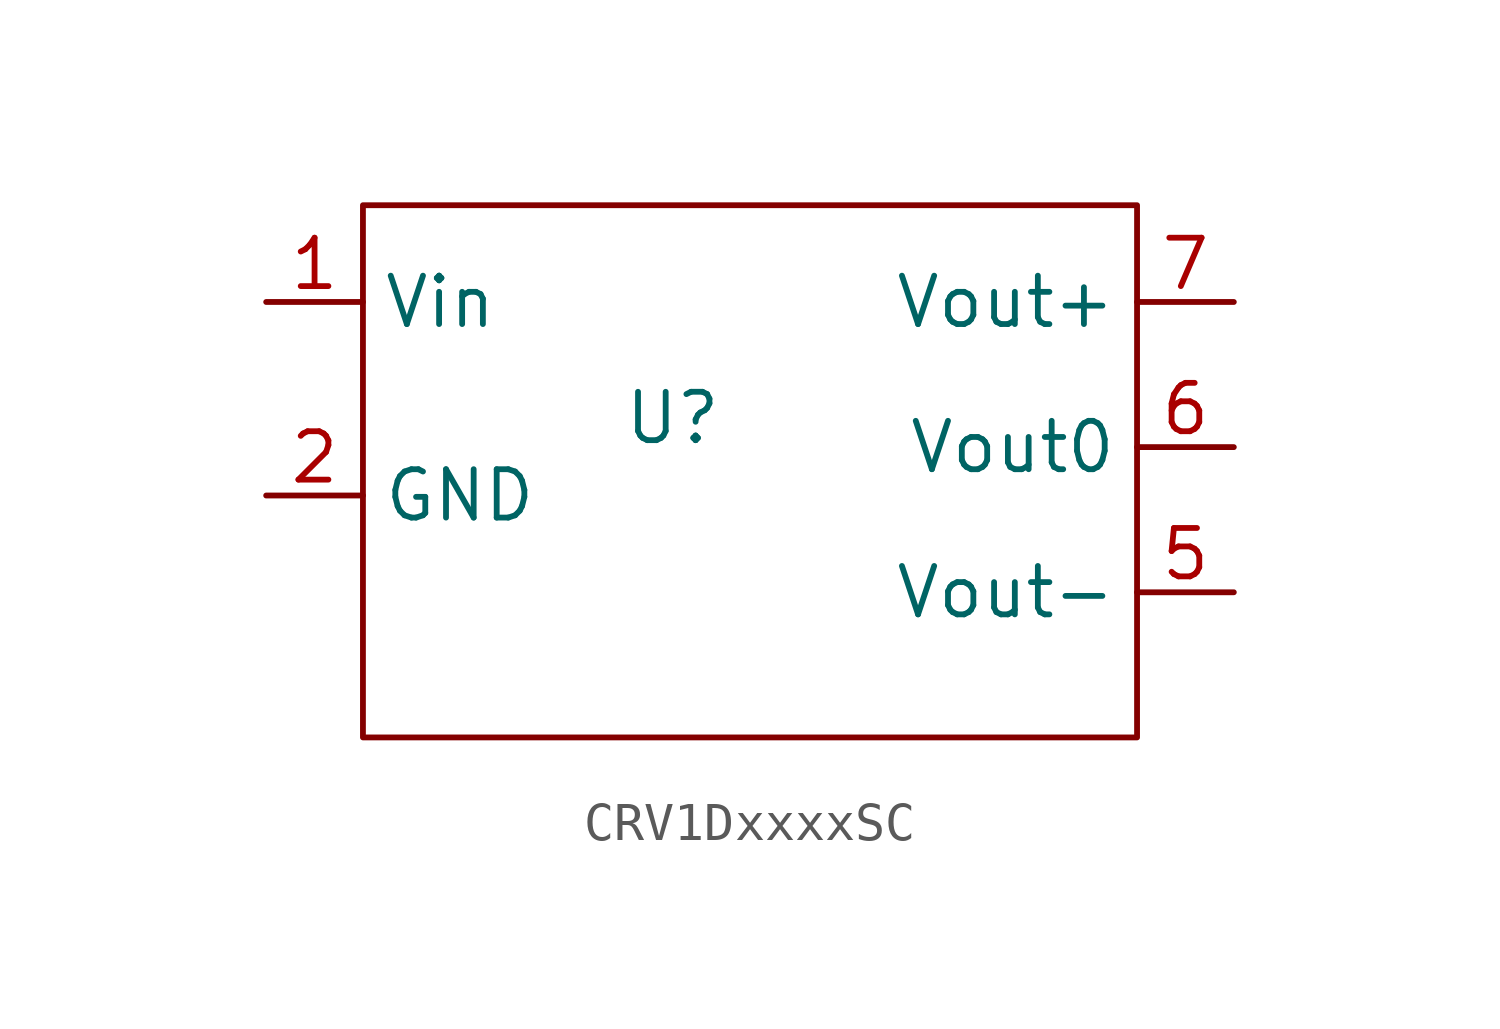
<source format=kicad_sym>
(kicad_symbol_lib
  (version 20231120)
  (generator "kicad_symbol_editor")
  (generator_version "8.0")
  (symbol "CRV1DxxxxSC"
    (property "Reference" "U"
      (at 1.778 -1.778 0)
      (effects (font (size 1.27 1.27))))
    (property "Value" ""
      (at 0 0 0)
      (effects (font (size 1.27 1.27))))
    (symbol "CRV1DxxxxSC_0_1"
      (rectangle (start -6.35 3.81) (end 13.97 -10.16) (stroke (width 0) (type default)) (fill (type none))))
    (symbol "CRV1DxxxxSC_1_1"
      (pin power_in line (at -8.89 1.27 0) (length 2.54) (name "Vin" (effects (font (size 1.27 1.27)))) (number "1" (effects (font (size 1.27 1.27)))))
      (pin power_in line (at -8.89 -3.81 0) (length 2.54) (name "GND" (effects (font (size 1.27 1.27)))) (number "2" (effects (font (size 1.27 1.27)))))
      (pin power_out line (at 16.51 -6.35 180) (length 2.54) (name "Vout-" (effects (font (size 1.27 1.27)))) (number "5" (effects (font (size 1.27 1.27)))))
      (pin power_in line (at 16.51 -2.54 180) (length 2.54) (name "Vout0" (effects (font (size 1.27 1.27)))) (number "6" (effects (font (size 1.27 1.27)))))
      (pin power_out line (at 16.51 1.27 180) (length 2.54) (name "Vout+" (effects (font (size 1.27 1.27)))) (number "7" (effects (font (size 1.27 1.27))))))))
</source>
